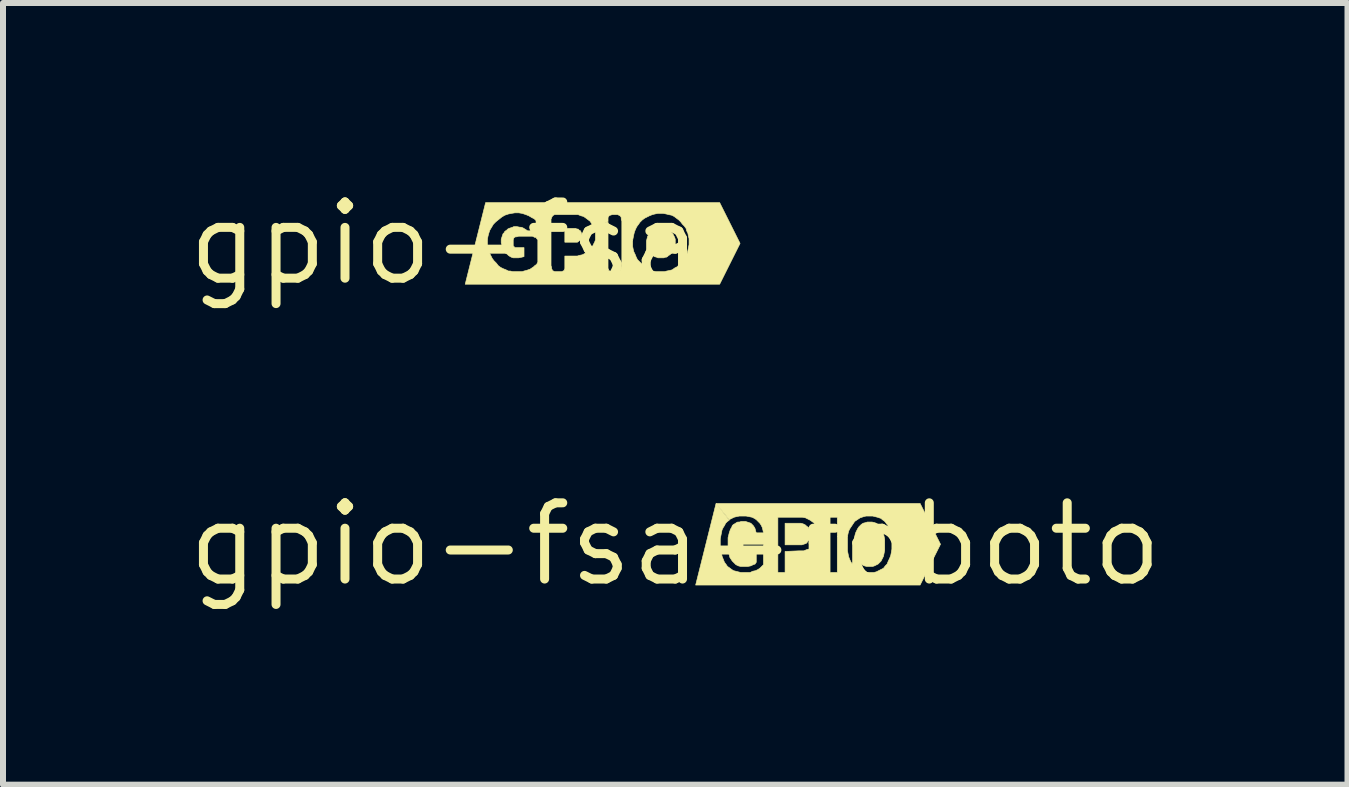
<source format=kicad_pcb>
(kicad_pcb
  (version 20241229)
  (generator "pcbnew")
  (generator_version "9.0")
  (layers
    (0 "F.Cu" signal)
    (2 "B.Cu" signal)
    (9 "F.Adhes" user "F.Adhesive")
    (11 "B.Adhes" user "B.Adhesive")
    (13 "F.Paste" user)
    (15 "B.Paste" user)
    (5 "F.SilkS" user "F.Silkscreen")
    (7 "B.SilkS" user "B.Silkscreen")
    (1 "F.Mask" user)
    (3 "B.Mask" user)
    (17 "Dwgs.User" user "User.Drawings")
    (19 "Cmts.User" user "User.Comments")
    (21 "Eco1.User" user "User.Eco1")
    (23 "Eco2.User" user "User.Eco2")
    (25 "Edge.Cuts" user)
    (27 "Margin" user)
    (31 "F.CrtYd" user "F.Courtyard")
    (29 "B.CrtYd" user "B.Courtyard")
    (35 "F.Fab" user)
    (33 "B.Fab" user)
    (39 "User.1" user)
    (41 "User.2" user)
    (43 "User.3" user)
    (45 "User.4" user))
  (footprint "gpio-fsa"
    (layer "F.Cu")
    (at 4.362 1.006)
    (property "Reference" "gpio-fsa" (at 0 0 0) (layer "F.SilkS") (effects (font (size 1.27 1.27) (thickness 0.15))))
    (attr board_only exclude_from_pos_files exclude_from_bom)
    (fp_poly (pts (xy 2.21 -0.02) (xy 2.25 -0.05) (xy 2.26 -0.06) (xy 2.27 -0.08) (xy 2.28 -0.1) (xy 2.28 -0.13) (xy 2.28 -0.16) (xy 2.27 -0.19) (xy 2.26 -0.21) (xy 2.24 -0.22) (xy 2.22 -0.24) (xy 2.2 -0.24) (xy 2.18 -0.25) (xy 2.17 -0.25) (xy 2 -0.25) (xy 2 -0.02) (xy 2.21 -0.02)) (stroke (width 0.01) (type solid)) (fill yes) (layer "F.SilkS"))
    (fp_poly (pts (xy 3.36 0.1) (xy 3.44 0.18) (xy 3.46 0.19) (xy 3.49 0.22) (xy 3.53 0.23) (xy 3.55 0.24) (xy 3.58 0.24) (xy 3.6 0.24) (xy 3.62 0.24) (xy 3.65 0.24) (xy 3.67 0.23) (xy 3.69 0.23) (xy 3.71 0.22) (xy 3.73 0.2) (xy 3.75 0.19) (xy 3.77 0.17) (xy 3.79 0.15) (xy 3.8 0.13) (xy 3.81 0.11) (xy 3.82 0.09) (xy 3.83 0.07) (xy 3.84 0.04) (xy 3.84 0.02) (xy 3.84 -0.01) (xy 3.84 -0.04) (xy 3.84 -0.07) (xy 3.83 -0.1) (xy 3.82 -0.12) (xy 3.81 -0.14) (xy 3.8 -0.16) (xy 3.78 -0.18) (xy 3.75 -0.21) (xy 3.71 -0.24) (xy 3.69 -0.25) (xy 3.67 -0.26) (xy 3.65 -0.27) (xy 3.62 -0.27) (xy 3.6 -0.27) (xy 3.58 -0.27) (xy 3.56 -0.27) (xy 3.53 -0.26) (xy 3.49 -0.24) (xy 3.46 -0.22) (xy 3.42 -0.19) (xy 3.4 -0.15) (xy 3.38 -0.12) (xy 3.37 -0.08) (xy 3.36 -0.04) (xy 3.36 0.1)) (stroke (width 0.01) (type solid)) (fill yes) (layer "F.SilkS"))
    (fp_poly (pts (xy 0.9 -0.4) (xy 0.95 -0.44) (xy 1 -0.47) (xy 1.06 -0.49) (xy 1.11 -0.5) (xy 1.17 -0.51) (xy 1.23 -0.51) (xy 1.29 -0.5) (xy 1.35 -0.48) (xy 1.4 -0.46) (xy 1.45 -0.43) (xy 1.49 -0.41) (xy 1.5 -0.4) (xy 1.52 -0.38) (xy 1.52 -0.36) (xy 1.52 -0.34) (xy 1.52 -0.31) (xy 1.5 -0.28) (xy 1.48 -0.26) (xy 1.45 -0.23) (xy 1.43 -0.22) (xy 1.42 -0.21) (xy 1.4 -0.21) (xy 1.38 -0.21) (xy 1.35 -0.23) (xy 1.3 -0.26) (xy 1.27 -0.27) (xy 1.25 -0.27) (xy 1.2 -0.28) (xy 1.15 -0.28) (xy 1.13 -0.27) (xy 1.1 -0.26) (xy 1.07 -0.25) (xy 1.05 -0.24) (xy 1.03 -0.22) (xy 1 -0.2) (xy 0.99 -0.18) (xy 0.97 -0.16) (xy 0.96 -0.13) (xy 0.95 -0.1) (xy 0.94 -0.07) (xy 0.94 -0.04) (xy 0.94 -0.01) (xy 0.95 0.02) (xy 0.95 0.05) (xy 0.96 0.08) (xy 0.98 0.11) (xy 0.99 0.14) (xy 1.01 0.16) (xy 1.04 0.18) (xy 1.06 0.2) (xy 1.09 0.22) (xy 1.11 0.23) (xy 1.14 0.24) (xy 1.18 0.24) (xy 1.23 0.24) (xy 1.28 0.23) (xy 1.32 0.22) (xy 1.32 0.07) (xy 1.21 0.07) (xy 1.18 0.07) (xy 1.17 0.07) (xy 1.16 0.06) (xy 1.15 0.05) (xy 1.14 0.04) (xy 1.14 0.01) (xy 1.14 -0.04) (xy 1.14 -0.06) (xy 1.15 -0.09) (xy 1.16 -0.1) (xy 1.18 -0.11) (xy 1.2 -0.11) (xy 1.23 -0.12) (xy 1.46 -0.12) (xy 1.48 -0.11) (xy 1.5 -0.1) (xy 1.52 -0.1) (xy 1.53 -0.08) (xy 1.54 -0.07) (xy 1.55 -0.06) (xy 1.55 -0.04) (xy 1.55 -0.02) (xy 1.55 0.29) (xy 1.55 0.31) (xy 1.77 0.37) (xy 1.77 -0.41) (xy 1.78 -0.42) (xy 1.78 -0.43) (xy 1.79 -0.45) (xy 1.8 -0.46) (xy 1.81 -0.47) (xy 1.83 -0.48) (xy 1.85 -0.48) (xy 1.89 -0.48) (xy 2.18 -0.48) (xy 2.22 -0.48) (xy 2.27 -0.46) (xy 2.31 -0.45) (xy 2.34 -0.43) (xy 2.38 -0.4) (xy 2.42 -0.37) (xy 2.44 -0.34) (xy 2.46 -0.31) (xy 2.51 -0.22) (xy 2.72 -0.37) (xy 2.72 -0.41) (xy 2.72 -0.43) (xy 2.73 -0.45) (xy 2.74 -0.46) (xy 2.75 -0.47) (xy 2.76 -0.47) (xy 2.79 -0.48) (xy 2.82 -0.48) (xy 2.85 -0.48) (xy 2.88 -0.48) (xy 2.9 -0.47) (xy 2.92 -0.46) (xy 2.93 -0.45) (xy 2.94 -0.43) (xy 2.94 -0.4) (xy 2.95 -0.37) (xy 3.18 -0.24) (xy 3.2 -0.28) (xy 3.23 -0.32) (xy 3.25 -0.35) (xy 3.29 -0.39) (xy 3.33 -0.42) (xy 3.37 -0.44) (xy 3.41 -0.46) (xy 3.46 -0.48) (xy 3.5 -0.49) (xy 3.55 -0.5) (xy 3.6 -0.5) (xy 3.64 -0.5) (xy 3.69 -0.49) (xy 3.73 -0.48) (xy 3.78 -0.47) (xy 3.82 -0.45) (xy 3.86 -0.42) (xy 3.9 -0.39) (xy 3.93 -0.36) (xy 3.96 -0.32) (xy 3.99 -0.29) (xy 4.02 -0.25) (xy 4.03 -0.21) (xy 4.05 -0.17) (xy 4.06 -0.12) (xy 4.07 -0.08) (xy 4.07 -0.03) (xy 4.07 0.02) (xy 4.06 0.07) (xy 4.05 0.12) (xy 4.04 0.16) (xy 4.02 0.21) (xy 4 0.25) (xy 3.97 0.29) (xy 3.94 0.32) (xy 3.9 0.36) (xy 3.87 0.39) (xy 3.83 0.41) (xy 3.79 0.44) (xy 3.75 0.45) (xy 3.7 0.46) (xy 3.66 0.47) (xy 3.61 0.47) (xy 3.56 0.47) (xy 3.52 0.47) (xy 3.47 0.46) (xy 3.43 0.44) (xy 3.39 0.42) (xy 3.35 0.4) (xy 3.31 0.37) (xy 3.28 0.34) (xy 3.24 0.3) (xy 3.21 0.27) (xy 3.19 0.23) (xy 3.17 0.18) (xy 3.15 0.14) (xy 3.14 0.1) (xy 3.13 0.05) (xy 3.13 0) (xy 3.13 -0.05) (xy 3.14 -0.1) (xy 3.15 -0.15) (xy 3.16 -0.19) (xy 3.18 -0.24) (xy 2.95 -0.37) (xy 2.95 0.39) (xy 2.94 0.41) (xy 2.93 0.44) (xy 2.92 0.45) (xy 2.91 0.46) (xy 2.88 0.47) (xy 2.85 0.47) (xy 2.82 0.47) (xy 2.79 0.47) (xy 2.77 0.47) (xy 2.75 0.46) (xy 2.73 0.45) (xy 2.73 0.43) (xy 2.72 0.42) (xy 2.72 0.39) (xy 2.72 0.36) (xy 2.72 -0.36) (xy 2.51 -0.22) (xy 2.51 -0.1) (xy 2.51 -0.06) (xy 2.5 -0.03) (xy 2.48 0.01) (xy 2.46 0.05) (xy 2.44 0.08) (xy 2.41 0.11) (xy 2.37 0.14) (xy 2.33 0.17) (xy 2.29 0.19) (xy 2.24 0.2) (xy 2.21 0.21) (xy 2.18 0.21) (xy 2 0.21) (xy 2 0.38) (xy 2 0.42) (xy 1.99 0.44) (xy 1.99 0.45) (xy 1.97 0.46) (xy 1.95 0.47) (xy 1.92 0.47) (xy 1.89 0.47) (xy 1.86 0.47) (xy 1.83 0.47) (xy 1.81 0.46) (xy 1.79 0.45) (xy 1.79 0.44) (xy 1.78 0.42) (xy 1.78 0.4) (xy 1.77 0.37) (xy 1.55 0.31) (xy 1.54 0.33) (xy 1.53 0.35) (xy 1.5 0.37) (xy 1.48 0.39) (xy 1.45 0.41) (xy 1.42 0.43) (xy 1.39 0.44) (xy 1.36 0.45) (xy 1.32 0.46) (xy 1.29 0.47) (xy 1.25 0.47) (xy 1.2 0.47) (xy 1.16 0.47) (xy 1.13 0.47) (xy 1.09 0.46) (xy 1.06 0.46) (xy 1.02 0.44) (xy 0.97 0.42) (xy 0.93 0.4) (xy 0.89 0.37) (xy 0.86 0.33) (xy 0.82 0.29) (xy 0.79 0.25) (xy 0.77 0.21) (xy 0.75 0.17) (xy 0.73 0.13) (xy 0.72 0.08) (xy 0.71 0.03) (xy 0.71 -0.02) (xy 0.71 -0.07) (xy 0.72 -0.12) (xy 0.73 -0.16) (xy 0.75 -0.22) (xy 0.78 -0.27) (xy 0.81 -0.32) (xy 0.85 -0.36) (xy 0.9 -0.4) (xy 0.68 -0.68) (xy 0.34 0.68) (xy 4.58 0.68) (xy 4.92 0) (xy 4.58 -0.68) (xy 0.68 -0.68) (xy 0.9 -0.4)) (stroke (width 0.01) (type solid)) (fill yes) (layer "F.SilkS")))
  (footprint "gpio-fsa-roboto"
    (layer "F.Cu")
    (at 8.202 6.019)
    (property "Reference" "gpio-fsa-roboto" (at 0 0 0) (layer "F.SilkS") (effects (font (size 1.27 1.27) (thickness 0.15))))
    (attr board_only exclude_from_pos_files exclude_from_bom)
    (fp_poly (pts (xy 1.83 0.01) (xy 2.05 0.01) (xy 2.08 0.01) (xy 2.11 0.01) (xy 2.14 0) (xy 2.17 -0.01) (xy 2.19 -0.02) (xy 2.21 -0.05) (xy 2.23 -0.07) (xy 2.24 -0.1) (xy 2.25 -0.14) (xy 2.25 -0.18) (xy 2.24 -0.22) (xy 2.23 -0.25) (xy 2.22 -0.28) (xy 2.19 -0.3) (xy 2.17 -0.32) (xy 2.13 -0.34) (xy 2.09 -0.35) (xy 2.05 -0.35) (xy 1.83 -0.35) (xy 1.83 0.01)) (stroke (width 0.01) (type solid)) (fill yes) (layer "F.SilkS"))
    (fp_poly (pts (xy 3.49 -0.03) (xy 3.49 -0.08) (xy 3.48 -0.13) (xy 3.47 -0.17) (xy 3.46 -0.21) (xy 3.45 -0.25) (xy 3.43 -0.28) (xy 3.4 -0.3) (xy 3.38 -0.33) (xy 3.35 -0.35) (xy 3.32 -0.36) (xy 3.28 -0.37) (xy 3.24 -0.37) (xy 3.2 -0.37) (xy 3.17 -0.36) (xy 3.13 -0.35) (xy 3.1 -0.33) (xy 3.08 -0.31) (xy 3.06 -0.29) (xy 3.04 -0.26) (xy 3.03 -0.24) (xy 3.01 -0.2) (xy 3 -0.17) (xy 2.99 -0.13) (xy 2.99 -0.09) (xy 2.99 -0.05) (xy 2.99 0.05) (xy 2.99 0.09) (xy 3 0.13) (xy 3 0.17) (xy 3.02 0.21) (xy 3.03 0.25) (xy 3.05 0.28) (xy 3.08 0.31) (xy 3.11 0.34) (xy 3.15 0.36) (xy 3.19 0.37) (xy 3.22 0.37) (xy 3.24 0.37) (xy 3.27 0.37) (xy 3.29 0.37) (xy 3.32 0.36) (xy 3.34 0.35) (xy 3.36 0.34) (xy 3.38 0.33) (xy 3.4 0.31) (xy 3.43 0.28) (xy 3.45 0.24) (xy 3.47 0.2) (xy 3.48 0.15) (xy 3.49 0.1) (xy 3.49 0.05) (xy 3.49 -0.03)) (stroke (width 0.01) (type solid)) (fill yes) (layer "F.SilkS"))
    (fp_poly (pts (xy 0.9 -0.41) (xy 0.94 -0.43) (xy 0.98 -0.45) (xy 1.02 -0.46) (xy 1.07 -0.47) (xy 1.12 -0.47) (xy 1.18 -0.47) (xy 1.23 -0.46) (xy 1.28 -0.45) (xy 1.32 -0.43) (xy 1.35 -0.41) (xy 1.38 -0.38) (xy 1.41 -0.35) (xy 1.43 -0.32) (xy 1.45 -0.28) (xy 1.46 -0.24) (xy 1.47 -0.19) (xy 1.35 -0.19) (xy 1.34 -0.22) (xy 1.33 -0.26) (xy 1.32 -0.28) (xy 1.3 -0.31) (xy 1.28 -0.33) (xy 1.26 -0.35) (xy 1.23 -0.36) (xy 1.2 -0.37) (xy 1.17 -0.38) (xy 1.14 -0.38) (xy 1.1 -0.38) (xy 1.07 -0.37) (xy 1.04 -0.37) (xy 1.02 -0.36) (xy 0.99 -0.34) (xy 0.97 -0.33) (xy 0.95 -0.31) (xy 0.94 -0.28) (xy 0.92 -0.25) (xy 0.91 -0.22) (xy 0.9 -0.19) (xy 0.89 -0.15) (xy 0.88 -0.11) (xy 0.88 -0.07) (xy 0.88 0.06) (xy 0.88 0.1) (xy 0.89 0.14) (xy 0.9 0.18) (xy 0.91 0.22) (xy 0.93 0.25) (xy 0.95 0.28) (xy 0.98 0.31) (xy 1.01 0.34) (xy 1.05 0.36) (xy 1.09 0.37) (xy 1.14 0.37) (xy 1.21 0.37) (xy 1.26 0.36) (xy 1.28 0.35) (xy 1.3 0.34) (xy 1.33 0.33) (xy 1.35 0.3) (xy 1.35 0.1) (xy 1.13 0.1) (xy 1.13 0) (xy 1.47 0) (xy 1.47 0.34) (xy 1.71 0.47) (xy 1.71 -0.45) (xy 2.05 -0.45) (xy 2.12 -0.45) (xy 2.17 -0.44) (xy 2.21 -0.42) (xy 2.25 -0.4) (xy 2.29 -0.37) (xy 2.31 -0.36) (xy 2.32 -0.33) (xy 2.34 -0.31) (xy 2.58 -0.45) (xy 2.7 -0.45) (xy 2.95 -0.32) (xy 2.97 -0.35) (xy 2.99 -0.38) (xy 3.02 -0.4) (xy 3.05 -0.42) (xy 3.08 -0.44) (xy 3.11 -0.45) (xy 3.14 -0.46) (xy 3.18 -0.47) (xy 3.22 -0.47) (xy 3.26 -0.47) (xy 3.29 -0.47) (xy 3.33 -0.46) (xy 3.37 -0.45) (xy 3.4 -0.44) (xy 3.43 -0.43) (xy 3.45 -0.41) (xy 3.48 -0.39) (xy 3.5 -0.37) (xy 3.52 -0.34) (xy 3.54 -0.32) (xy 3.55 -0.29) (xy 3.57 -0.25) (xy 3.58 -0.22) (xy 3.59 -0.18) (xy 3.6 -0.15) (xy 3.61 -0.11) (xy 3.61 -0.07) (xy 3.61 0.03) (xy 3.61 0.08) (xy 3.6 0.14) (xy 3.59 0.19) (xy 3.57 0.24) (xy 3.55 0.28) (xy 3.53 0.33) (xy 3.5 0.36) (xy 3.47 0.4) (xy 3.43 0.42) (xy 3.39 0.44) (xy 3.35 0.46) (xy 3.31 0.47) (xy 3.26 0.47) (xy 3.21 0.47) (xy 3.16 0.47) (xy 3.12 0.45) (xy 3.08 0.44) (xy 3.04 0.42) (xy 3.01 0.39) (xy 2.98 0.36) (xy 2.95 0.33) (xy 2.93 0.3) (xy 2.91 0.26) (xy 2.89 0.21) (xy 2.88 0.16) (xy 2.87 0.11) (xy 2.87 0.05) (xy 2.87 -0.03) (xy 2.87 -0.08) (xy 2.87 -0.13) (xy 2.88 -0.18) (xy 2.89 -0.22) (xy 2.91 -0.26) (xy 2.93 -0.29) (xy 2.95 -0.32) (xy 2.7 -0.45) (xy 2.7 0.47) (xy 2.58 0.47) (xy 2.58 -0.45) (xy 2.34 -0.31) (xy 2.35 -0.29) (xy 2.36 -0.27) (xy 2.36 -0.24) (xy 2.37 -0.21) (xy 2.37 -0.18) (xy 2.37 -0.15) (xy 2.37 -0.12) (xy 2.36 -0.09) (xy 2.36 -0.07) (xy 2.35 -0.04) (xy 2.33 -0.02) (xy 2.32 0) (xy 2.3 0.02) (xy 2.27 0.05) (xy 2.23 0.08) (xy 2.19 0.09) (xy 2.14 0.11) (xy 2.1 0.11) (xy 2.06 0.11) (xy 1.83 0.12) (xy 1.83 0.47) (xy 1.71 0.47) (xy 1.47 0.34) (xy 1.44 0.37) (xy 1.41 0.4) (xy 1.38 0.42) (xy 1.34 0.44) (xy 1.29 0.45) (xy 1.25 0.47) (xy 1.19 0.47) (xy 1.14 0.47) (xy 1.09 0.47) (xy 1.05 0.46) (xy 1.01 0.45) (xy 0.97 0.44) (xy 0.94 0.42) (xy 0.9 0.39) (xy 0.87 0.37) (xy 0.85 0.34) (xy 0.82 0.3) (xy 0.8 0.25) (xy 0.78 0.2) (xy 0.77 0.15) (xy 0.76 0.1) (xy 0.75 0.04) (xy 0.75 -0.05) (xy 0.75 -0.09) (xy 0.76 -0.14) (xy 0.77 -0.19) (xy 0.78 -0.24) (xy 0.8 -0.28) (xy 0.82 -0.31) (xy 0.84 -0.35) (xy 0.87 -0.38) (xy 0.9 -0.4) (xy 0.68 -0.68) (xy 0.34 0.68) (xy 4.08 0.68) (xy 4.42 0) (xy 4.08 -0.68) (xy 0.68 -0.68) (xy 0.9 -0.41)) (stroke (width 0.01) (type solid)) (fill yes) (layer "F.SilkS")))
  (gr_rect
    (start -3 -3)
    (end 19.404 10.025)
    (stroke (width 0.1) (type default))
    (fill no)
    (layer "Edge.Cuts")))
</source>
